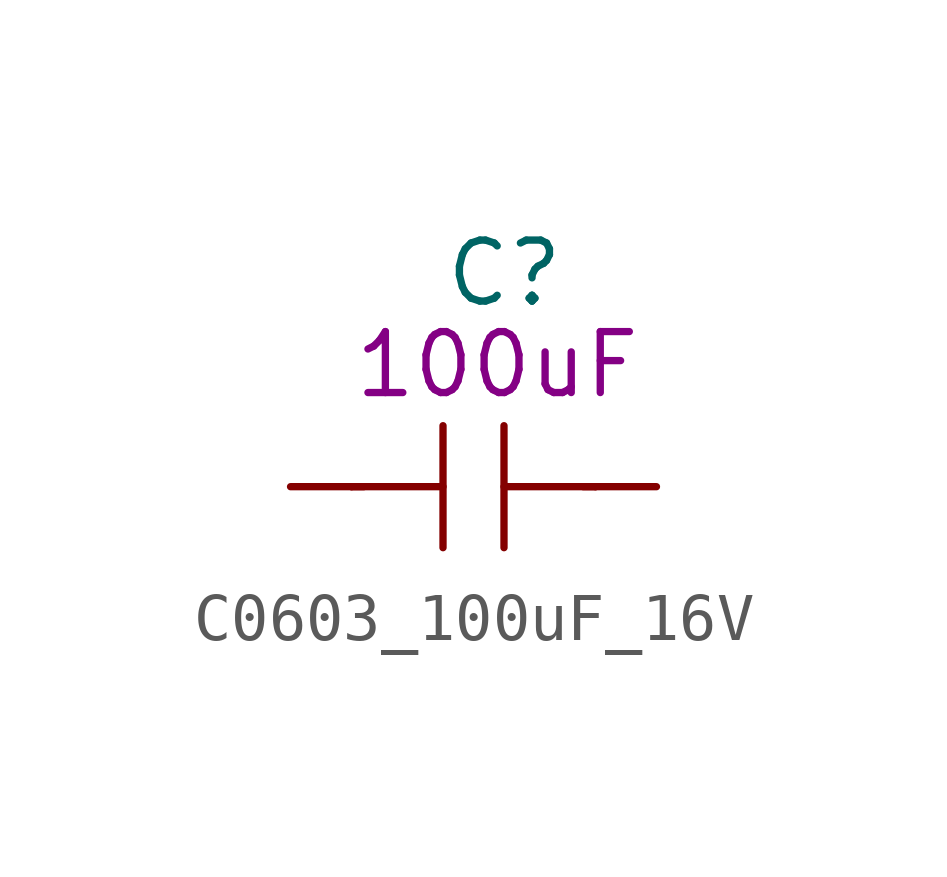
<source format=kicad_sym>
(kicad_symbol_lib
  (version 20211014)
  (generator kicad_symbol_editor)
  (symbol "C0603_100uF_16V"
    (pin_numbers hide)
    (pin_names
      (offset 1.016))
    (property "Reference" "C"
      (at -0.635 4.445 0)
      (effects (font (size 1.27 1.27)) (justify left)))
    (property "Symbol" "100uF"
      (at -2.54 2.54 0)
      (effects (font (size 1.27 1.27)) (justify left)))
    (symbol "C0603_100uF_16V_1_1"
      (polyline (pts (xy -2.54 0) (xy -0.635 0)) (stroke (width 0) (type default) (color 0 0 0 0)) (fill (type none)))
      (polyline (pts (xy -2.286 0) (xy -2.54 0)) (stroke (width 0) (type default) (color 0 0 0 0)) (fill (type none)))
      (polyline (pts (xy -0.635 1.27) (xy -0.635 -1.27)) (stroke (width 0) (type default) (color 0 0 0 0)) (fill (type none)))
      (polyline (pts (xy 0.635 0) (xy 2.54 0)) (stroke (width 0) (type default) (color 0 0 0 0)) (fill (type none)))
      (polyline (pts (xy 0.635 1.27) (xy 0.635 -1.27)) (stroke (width 0) (type default) (color 0 0 0 0)) (fill (type none)))
      (polyline (pts (xy 2.286 0) (xy 2.54 0)) (stroke (width 0) (type default) (color 0 0 0 0)) (fill (type none)))
      (pin passive line (at -3.81 0 0) (length 1.27) (name "~" (effects (font (size 1.27 1.27)))) (number "1" (effects (font (size 1.27 1.27)))))
      (pin passive line (at 3.81 0 180) (length 1.27) (name "~" (effects (font (size 1.27 1.27)))) (number "2" (effects (font (size 1.27 1.27))))))))
</source>
